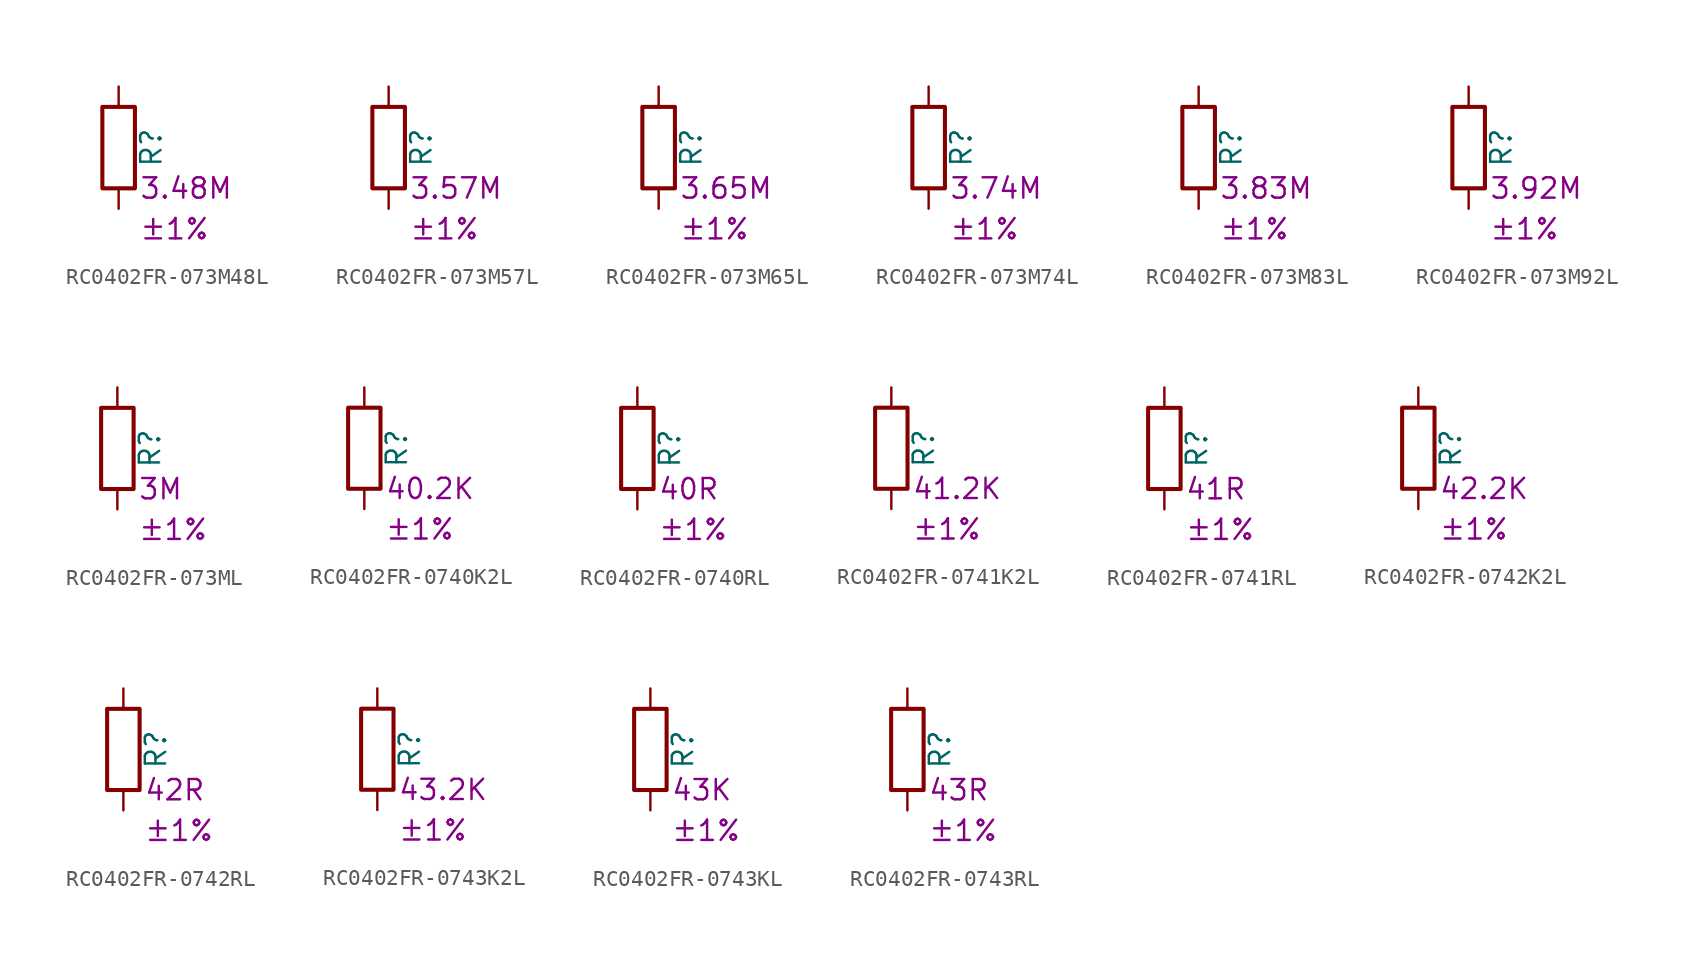
<source format=kicad_sym>
(kicad_symbol_lib
  (version 20220914)
  (generator kicad_symbol_editor)
  (symbol "RC0402FR-073M48L"
    (pin_numbers hide)
    (pin_names
      (offset 0))
    (property "Reference" "R"
      (at 2.032 0 90)
      (effects (font (size 1.27 1.27))))
    (property "Resistance" "3.48M"
      (at 1.27 -2.54 0)
      (effects (font (size 1.27 1.27)) (justify left)))
    (property "Tolerance" "±1%"
      (at 1.27 -5.08 0)
      (effects (font (size 1.27 1.27)) (justify left)))
    (symbol "RC0402FR-073M48L_0_1"
      (rectangle (start -1.016 -2.54) (end 1.016 2.54) (stroke (width 0.254) (type default)) (fill (type none))))
    (symbol "RC0402FR-073M48L_1_1"
      (pin passive line (at 0 3.81 270) (length 1.27) (name "~" (effects (font (size 1.27 1.27)))) (number "1" (effects (font (size 1.27 1.27)))))
      (pin passive line (at 0 -3.81 90) (length 1.27) (name "~" (effects (font (size 1.27 1.27)))) (number "2" (effects (font (size 1.27 1.27)))))))
  (symbol "RC0402FR-073M57L"
    (pin_numbers hide)
    (pin_names
      (offset 0))
    (property "Reference" "R"
      (at 2.032 0 90)
      (effects (font (size 1.27 1.27))))
    (property "Resistance" "3.57M"
      (at 1.27 -2.54 0)
      (effects (font (size 1.27 1.27)) (justify left)))
    (property "Tolerance" "±1%"
      (at 1.27 -5.08 0)
      (effects (font (size 1.27 1.27)) (justify left)))
    (symbol "RC0402FR-073M57L_0_1"
      (rectangle (start -1.016 -2.54) (end 1.016 2.54) (stroke (width 0.254) (type default)) (fill (type none))))
    (symbol "RC0402FR-073M57L_1_1"
      (pin passive line (at 0 3.81 270) (length 1.27) (name "~" (effects (font (size 1.27 1.27)))) (number "1" (effects (font (size 1.27 1.27)))))
      (pin passive line (at 0 -3.81 90) (length 1.27) (name "~" (effects (font (size 1.27 1.27)))) (number "2" (effects (font (size 1.27 1.27)))))))
  (symbol "RC0402FR-073M65L"
    (pin_numbers hide)
    (pin_names
      (offset 0))
    (property "Reference" "R"
      (at 2.032 0 90)
      (effects (font (size 1.27 1.27))))
    (property "Resistance" "3.65M"
      (at 1.27 -2.54 0)
      (effects (font (size 1.27 1.27)) (justify left)))
    (property "Tolerance" "±1%"
      (at 1.27 -5.08 0)
      (effects (font (size 1.27 1.27)) (justify left)))
    (symbol "RC0402FR-073M65L_0_1"
      (rectangle (start -1.016 -2.54) (end 1.016 2.54) (stroke (width 0.254) (type default)) (fill (type none))))
    (symbol "RC0402FR-073M65L_1_1"
      (pin passive line (at 0 3.81 270) (length 1.27) (name "~" (effects (font (size 1.27 1.27)))) (number "1" (effects (font (size 1.27 1.27)))))
      (pin passive line (at 0 -3.81 90) (length 1.27) (name "~" (effects (font (size 1.27 1.27)))) (number "2" (effects (font (size 1.27 1.27)))))))
  (symbol "RC0402FR-073M74L"
    (pin_numbers hide)
    (pin_names
      (offset 0))
    (property "Reference" "R"
      (at 2.032 0 90)
      (effects (font (size 1.27 1.27))))
    (property "Resistance" "3.74M"
      (at 1.27 -2.54 0)
      (effects (font (size 1.27 1.27)) (justify left)))
    (property "Tolerance" "±1%"
      (at 1.27 -5.08 0)
      (effects (font (size 1.27 1.27)) (justify left)))
    (symbol "RC0402FR-073M74L_0_1"
      (rectangle (start -1.016 -2.54) (end 1.016 2.54) (stroke (width 0.254) (type default)) (fill (type none))))
    (symbol "RC0402FR-073M74L_1_1"
      (pin passive line (at 0 3.81 270) (length 1.27) (name "~" (effects (font (size 1.27 1.27)))) (number "1" (effects (font (size 1.27 1.27)))))
      (pin passive line (at 0 -3.81 90) (length 1.27) (name "~" (effects (font (size 1.27 1.27)))) (number "2" (effects (font (size 1.27 1.27)))))))
  (symbol "RC0402FR-073M83L"
    (pin_numbers hide)
    (pin_names
      (offset 0))
    (property "Reference" "R"
      (at 2.032 0 90)
      (effects (font (size 1.27 1.27))))
    (property "Resistance" "3.83M"
      (at 1.27 -2.54 0)
      (effects (font (size 1.27 1.27)) (justify left)))
    (property "Tolerance" "±1%"
      (at 1.27 -5.08 0)
      (effects (font (size 1.27 1.27)) (justify left)))
    (symbol "RC0402FR-073M83L_0_1"
      (rectangle (start -1.016 -2.54) (end 1.016 2.54) (stroke (width 0.254) (type default)) (fill (type none))))
    (symbol "RC0402FR-073M83L_1_1"
      (pin passive line (at 0 3.81 270) (length 1.27) (name "~" (effects (font (size 1.27 1.27)))) (number "1" (effects (font (size 1.27 1.27)))))
      (pin passive line (at 0 -3.81 90) (length 1.27) (name "~" (effects (font (size 1.27 1.27)))) (number "2" (effects (font (size 1.27 1.27)))))))
  (symbol "RC0402FR-073M92L"
    (pin_numbers hide)
    (pin_names
      (offset 0))
    (property "Reference" "R"
      (at 2.032 0 90)
      (effects (font (size 1.27 1.27))))
    (property "Resistance" "3.92M"
      (at 1.27 -2.54 0)
      (effects (font (size 1.27 1.27)) (justify left)))
    (property "Tolerance" "±1%"
      (at 1.27 -5.08 0)
      (effects (font (size 1.27 1.27)) (justify left)))
    (symbol "RC0402FR-073M92L_0_1"
      (rectangle (start -1.016 -2.54) (end 1.016 2.54) (stroke (width 0.254) (type default)) (fill (type none))))
    (symbol "RC0402FR-073M92L_1_1"
      (pin passive line (at 0 3.81 270) (length 1.27) (name "~" (effects (font (size 1.27 1.27)))) (number "1" (effects (font (size 1.27 1.27)))))
      (pin passive line (at 0 -3.81 90) (length 1.27) (name "~" (effects (font (size 1.27 1.27)))) (number "2" (effects (font (size 1.27 1.27)))))))
  (symbol "RC0402FR-073ML"
    (pin_numbers hide)
    (pin_names
      (offset 0))
    (property "Reference" "R"
      (at 2.032 0 90)
      (effects (font (size 1.27 1.27))))
    (property "Resistance" "3M"
      (at 1.27 -2.54 0)
      (effects (font (size 1.27 1.27)) (justify left)))
    (property "Tolerance" "±1%"
      (at 1.27 -5.08 0)
      (effects (font (size 1.27 1.27)) (justify left)))
    (symbol "RC0402FR-073ML_0_1"
      (rectangle (start -1.016 -2.54) (end 1.016 2.54) (stroke (width 0.254) (type default)) (fill (type none))))
    (symbol "RC0402FR-073ML_1_1"
      (pin passive line (at 0 3.81 270) (length 1.27) (name "~" (effects (font (size 1.27 1.27)))) (number "1" (effects (font (size 1.27 1.27)))))
      (pin passive line (at 0 -3.81 90) (length 1.27) (name "~" (effects (font (size 1.27 1.27)))) (number "2" (effects (font (size 1.27 1.27)))))))
  (symbol "RC0402FR-0740K2L"
    (pin_numbers hide)
    (pin_names
      (offset 0))
    (property "Reference" "R"
      (at 2.032 0 90)
      (effects (font (size 1.27 1.27))))
    (property "Resistance" "40.2K"
      (at 1.27 -2.54 0)
      (effects (font (size 1.27 1.27)) (justify left)))
    (property "Tolerance" "±1%"
      (at 1.27 -5.08 0)
      (effects (font (size 1.27 1.27)) (justify left)))
    (symbol "RC0402FR-0740K2L_0_1"
      (rectangle (start -1.016 -2.54) (end 1.016 2.54) (stroke (width 0.254) (type default)) (fill (type none))))
    (symbol "RC0402FR-0740K2L_1_1"
      (pin passive line (at 0 3.81 270) (length 1.27) (name "~" (effects (font (size 1.27 1.27)))) (number "1" (effects (font (size 1.27 1.27)))))
      (pin passive line (at 0 -3.81 90) (length 1.27) (name "~" (effects (font (size 1.27 1.27)))) (number "2" (effects (font (size 1.27 1.27)))))))
  (symbol "RC0402FR-0740RL"
    (pin_numbers hide)
    (pin_names
      (offset 0))
    (property "Reference" "R"
      (at 2.032 0 90)
      (effects (font (size 1.27 1.27))))
    (property "Resistance" "40R"
      (at 1.27 -2.54 0)
      (effects (font (size 1.27 1.27)) (justify left)))
    (property "Tolerance" "±1%"
      (at 1.27 -5.08 0)
      (effects (font (size 1.27 1.27)) (justify left)))
    (symbol "RC0402FR-0740RL_0_1"
      (rectangle (start -1.016 -2.54) (end 1.016 2.54) (stroke (width 0.254) (type default)) (fill (type none))))
    (symbol "RC0402FR-0740RL_1_1"
      (pin passive line (at 0 3.81 270) (length 1.27) (name "~" (effects (font (size 1.27 1.27)))) (number "1" (effects (font (size 1.27 1.27)))))
      (pin passive line (at 0 -3.81 90) (length 1.27) (name "~" (effects (font (size 1.27 1.27)))) (number "2" (effects (font (size 1.27 1.27)))))))
  (symbol "RC0402FR-0741K2L"
    (pin_numbers hide)
    (pin_names
      (offset 0))
    (property "Reference" "R"
      (at 2.032 0 90)
      (effects (font (size 1.27 1.27))))
    (property "Resistance" "41.2K"
      (at 1.27 -2.54 0)
      (effects (font (size 1.27 1.27)) (justify left)))
    (property "Tolerance" "±1%"
      (at 1.27 -5.08 0)
      (effects (font (size 1.27 1.27)) (justify left)))
    (symbol "RC0402FR-0741K2L_0_1"
      (rectangle (start -1.016 -2.54) (end 1.016 2.54) (stroke (width 0.254) (type default)) (fill (type none))))
    (symbol "RC0402FR-0741K2L_1_1"
      (pin passive line (at 0 3.81 270) (length 1.27) (name "~" (effects (font (size 1.27 1.27)))) (number "1" (effects (font (size 1.27 1.27)))))
      (pin passive line (at 0 -3.81 90) (length 1.27) (name "~" (effects (font (size 1.27 1.27)))) (number "2" (effects (font (size 1.27 1.27)))))))
  (symbol "RC0402FR-0741RL"
    (pin_numbers hide)
    (pin_names
      (offset 0))
    (property "Reference" "R"
      (at 2.032 0 90)
      (effects (font (size 1.27 1.27))))
    (property "Resistance" "41R"
      (at 1.27 -2.54 0)
      (effects (font (size 1.27 1.27)) (justify left)))
    (property "Tolerance" "±1%"
      (at 1.27 -5.08 0)
      (effects (font (size 1.27 1.27)) (justify left)))
    (symbol "RC0402FR-0741RL_0_1"
      (rectangle (start -1.016 -2.54) (end 1.016 2.54) (stroke (width 0.254) (type default)) (fill (type none))))
    (symbol "RC0402FR-0741RL_1_1"
      (pin passive line (at 0 3.81 270) (length 1.27) (name "~" (effects (font (size 1.27 1.27)))) (number "1" (effects (font (size 1.27 1.27)))))
      (pin passive line (at 0 -3.81 90) (length 1.27) (name "~" (effects (font (size 1.27 1.27)))) (number "2" (effects (font (size 1.27 1.27)))))))
  (symbol "RC0402FR-0742K2L"
    (pin_numbers hide)
    (pin_names
      (offset 0))
    (property "Reference" "R"
      (at 2.032 0 90)
      (effects (font (size 1.27 1.27))))
    (property "Resistance" "42.2K"
      (at 1.27 -2.54 0)
      (effects (font (size 1.27 1.27)) (justify left)))
    (property "Tolerance" "±1%"
      (at 1.27 -5.08 0)
      (effects (font (size 1.27 1.27)) (justify left)))
    (symbol "RC0402FR-0742K2L_0_1"
      (rectangle (start -1.016 -2.54) (end 1.016 2.54) (stroke (width 0.254) (type default)) (fill (type none))))
    (symbol "RC0402FR-0742K2L_1_1"
      (pin passive line (at 0 3.81 270) (length 1.27) (name "~" (effects (font (size 1.27 1.27)))) (number "1" (effects (font (size 1.27 1.27)))))
      (pin passive line (at 0 -3.81 90) (length 1.27) (name "~" (effects (font (size 1.27 1.27)))) (number "2" (effects (font (size 1.27 1.27)))))))
  (symbol "RC0402FR-0742RL"
    (pin_numbers hide)
    (pin_names
      (offset 0))
    (property "Reference" "R"
      (at 2.032 0 90)
      (effects (font (size 1.27 1.27))))
    (property "Resistance" "42R"
      (at 1.27 -2.54 0)
      (effects (font (size 1.27 1.27)) (justify left)))
    (property "Tolerance" "±1%"
      (at 1.27 -5.08 0)
      (effects (font (size 1.27 1.27)) (justify left)))
    (symbol "RC0402FR-0742RL_0_1"
      (rectangle (start -1.016 -2.54) (end 1.016 2.54) (stroke (width 0.254) (type default)) (fill (type none))))
    (symbol "RC0402FR-0742RL_1_1"
      (pin passive line (at 0 3.81 270) (length 1.27) (name "~" (effects (font (size 1.27 1.27)))) (number "1" (effects (font (size 1.27 1.27)))))
      (pin passive line (at 0 -3.81 90) (length 1.27) (name "~" (effects (font (size 1.27 1.27)))) (number "2" (effects (font (size 1.27 1.27)))))))
  (symbol "RC0402FR-0743K2L"
    (pin_numbers hide)
    (pin_names
      (offset 0))
    (property "Reference" "R"
      (at 2.032 0 90)
      (effects (font (size 1.27 1.27))))
    (property "Resistance" "43.2K"
      (at 1.27 -2.54 0)
      (effects (font (size 1.27 1.27)) (justify left)))
    (property "Tolerance" "±1%"
      (at 1.27 -5.08 0)
      (effects (font (size 1.27 1.27)) (justify left)))
    (symbol "RC0402FR-0743K2L_0_1"
      (rectangle (start -1.016 -2.54) (end 1.016 2.54) (stroke (width 0.254) (type default)) (fill (type none))))
    (symbol "RC0402FR-0743K2L_1_1"
      (pin passive line (at 0 3.81 270) (length 1.27) (name "~" (effects (font (size 1.27 1.27)))) (number "1" (effects (font (size 1.27 1.27)))))
      (pin passive line (at 0 -3.81 90) (length 1.27) (name "~" (effects (font (size 1.27 1.27)))) (number "2" (effects (font (size 1.27 1.27)))))))
  (symbol "RC0402FR-0743KL"
    (pin_numbers hide)
    (pin_names
      (offset 0))
    (property "Reference" "R"
      (at 2.032 0 90)
      (effects (font (size 1.27 1.27))))
    (property "Resistance" "43K"
      (at 1.27 -2.54 0)
      (effects (font (size 1.27 1.27)) (justify left)))
    (property "Tolerance" "±1%"
      (at 1.27 -5.08 0)
      (effects (font (size 1.27 1.27)) (justify left)))
    (symbol "RC0402FR-0743KL_0_1"
      (rectangle (start -1.016 -2.54) (end 1.016 2.54) (stroke (width 0.254) (type default)) (fill (type none))))
    (symbol "RC0402FR-0743KL_1_1"
      (pin passive line (at 0 3.81 270) (length 1.27) (name "~" (effects (font (size 1.27 1.27)))) (number "1" (effects (font (size 1.27 1.27)))))
      (pin passive line (at 0 -3.81 90) (length 1.27) (name "~" (effects (font (size 1.27 1.27)))) (number "2" (effects (font (size 1.27 1.27)))))))
  (symbol "RC0402FR-0743RL"
    (pin_numbers hide)
    (pin_names
      (offset 0))
    (property "Reference" "R"
      (at 2.032 0 90)
      (effects (font (size 1.27 1.27))))
    (property "Resistance" "43R"
      (at 1.27 -2.54 0)
      (effects (font (size 1.27 1.27)) (justify left)))
    (property "Tolerance" "±1%"
      (at 1.27 -5.08 0)
      (effects (font (size 1.27 1.27)) (justify left)))
    (symbol "RC0402FR-0743RL_0_1"
      (rectangle (start -1.016 -2.54) (end 1.016 2.54) (stroke (width 0.254) (type default)) (fill (type none))))
    (symbol "RC0402FR-0743RL_1_1"
      (pin passive line (at 0 3.81 270) (length 1.27) (name "~" (effects (font (size 1.27 1.27)))) (number "1" (effects (font (size 1.27 1.27)))))
      (pin passive line (at 0 -3.81 90) (length 1.27) (name "~" (effects (font (size 1.27 1.27)))) (number "2" (effects (font (size 1.27 1.27))))))))
</source>
